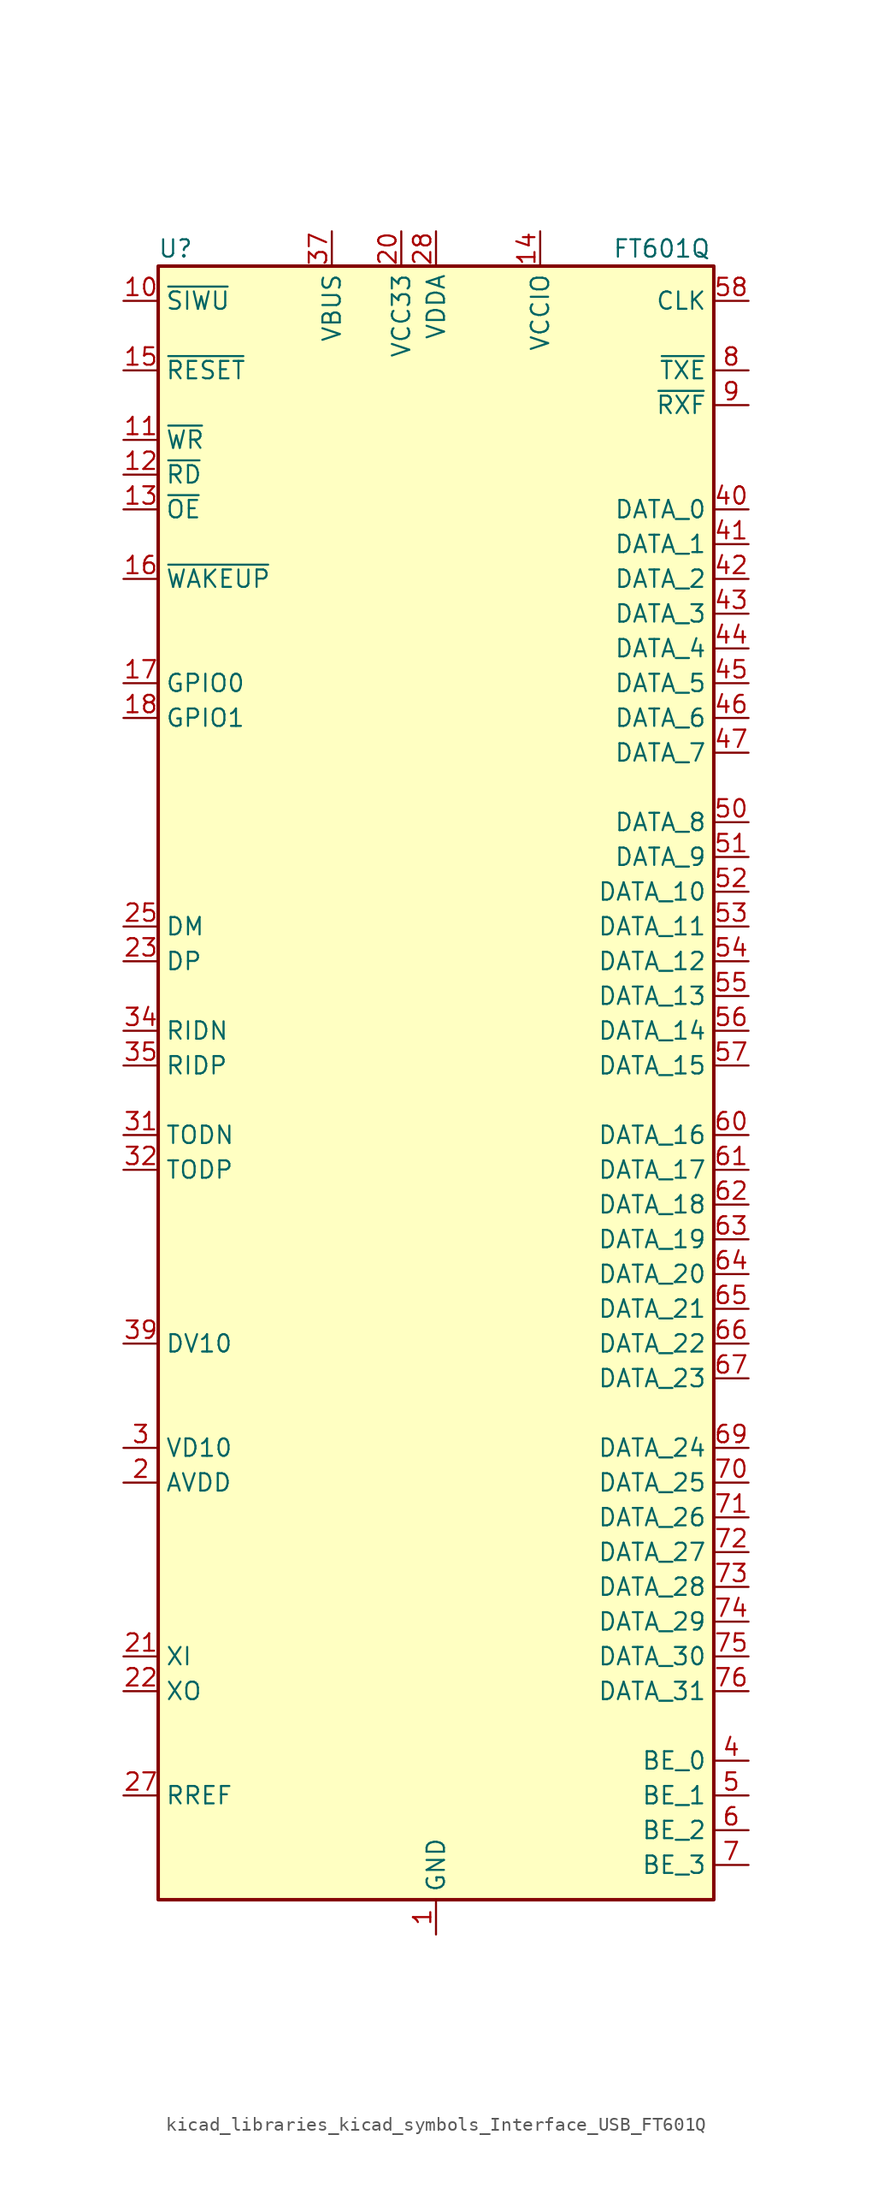
<source format=kicad_sym>
(kicad_symbol_lib
  (version 20220914)
  (generator kicad_symbol_editor)
  (symbol "kicad_libraries_kicad_symbols_Interface_USB_FT601Q"
    (property "Reference" "U"
      (at -19.05 62.23 0)
      (effects (font (size 1.27 1.27))))
    (property "Value" "FT601Q"
      (at 16.51 62.23 0)
      (effects (font (size 1.27 1.27))))
    (symbol "kicad_libraries_kicad_symbols_Interface_USB_FT601Q_0_1"
      (rectangle (start -20.32 60.96) (end 20.32 -58.42) (stroke (width 0.254) (type default)) (fill (type background))))
    (symbol "kicad_libraries_kicad_symbols_Interface_USB_FT601Q_1_1"
      (pin power_in line (at 0 -60.96 90) (length 2.54) (name "GND" (effects (font (size 1.27 1.27)))) (number "1" (effects (font (size 1.27 1.27)))))
      (pin input line (at -22.86 58.42 0) (length 2.54) (name "~{SIWU}" (effects (font (size 1.27 1.27)))) (number "10" (effects (font (size 1.27 1.27)))))
      (pin input line (at -22.86 48.26 0) (length 2.54) (name "~{WR}" (effects (font (size 1.27 1.27)))) (number "11" (effects (font (size 1.27 1.27)))))
      (pin input line (at -22.86 45.72 0) (length 2.54) (name "~{RD}" (effects (font (size 1.27 1.27)))) (number "12" (effects (font (size 1.27 1.27)))))
      (pin input line (at -22.86 43.18 0) (length 2.54) (name "~{OE}" (effects (font (size 1.27 1.27)))) (number "13" (effects (font (size 1.27 1.27)))))
      (pin power_in line (at 7.62 63.5 270) (length 2.54) (name "VCCIO" (effects (font (size 1.27 1.27)))) (number "14" (effects (font (size 1.27 1.27)))))
      (pin input line (at -22.86 53.34 0) (length 2.54) (name "~{RESET}" (effects (font (size 1.27 1.27)))) (number "15" (effects (font (size 1.27 1.27)))))
      (pin bidirectional line (at -22.86 38.1 0) (length 2.54) (name "~{WAKEUP}" (effects (font (size 1.27 1.27)))) (number "16" (effects (font (size 1.27 1.27)))))
      (pin bidirectional line (at -22.86 30.48 0) (length 2.54) (name "GPIO0" (effects (font (size 1.27 1.27)))) (number "17" (effects (font (size 1.27 1.27)))))
      (pin bidirectional line (at -22.86 27.94 0) (length 2.54) (name "GPIO1" (effects (font (size 1.27 1.27)))) (number "18" (effects (font (size 1.27 1.27)))))
      (pin no_connect line (at -20.32 -48.26 0) (length 2.54) hide (name "Reserved" (effects (font (size 1.27 1.27)))) (number "19" (effects (font (size 1.27 1.27)))))
      (pin power_in line (at -22.86 -27.94 0) (length 2.54) (name "AVDD" (effects (font (size 1.27 1.27)))) (number "2" (effects (font (size 1.27 1.27)))))
      (pin power_in line (at -2.54 63.5 270) (length 2.54) (name "VCC33" (effects (font (size 1.27 1.27)))) (number "20" (effects (font (size 1.27 1.27)))))
      (pin input line (at -22.86 -40.64 0) (length 2.54) (name "XI" (effects (font (size 1.27 1.27)))) (number "21" (effects (font (size 1.27 1.27)))))
      (pin output line (at -22.86 -43.18 0) (length 2.54) (name "XO" (effects (font (size 1.27 1.27)))) (number "22" (effects (font (size 1.27 1.27)))))
      (pin bidirectional line (at -22.86 10.16 0) (length 2.54) (name "DP" (effects (font (size 1.27 1.27)))) (number "23" (effects (font (size 1.27 1.27)))))
      (pin passive line (at -2.54 63.5 270) (length 2.54) hide (name "VCC33" (effects (font (size 1.27 1.27)))) (number "24" (effects (font (size 1.27 1.27)))))
      (pin bidirectional line (at -22.86 12.7 0) (length 2.54) (name "DM" (effects (font (size 1.27 1.27)))) (number "25" (effects (font (size 1.27 1.27)))))
      (pin passive line (at 0 -60.96 90) (length 2.54) hide (name "GND" (effects (font (size 1.27 1.27)))) (number "26" (effects (font (size 1.27 1.27)))))
      (pin input line (at -22.86 -50.8 0) (length 2.54) (name "RREF" (effects (font (size 1.27 1.27)))) (number "27" (effects (font (size 1.27 1.27)))))
      (pin power_in line (at 0 63.5 270) (length 2.54) (name "VDDA" (effects (font (size 1.27 1.27)))) (number "28" (effects (font (size 1.27 1.27)))))
      (pin passive line (at 0 -60.96 90) (length 2.54) hide (name "GND" (effects (font (size 1.27 1.27)))) (number "29" (effects (font (size 1.27 1.27)))))
      (pin power_in line (at -22.86 -25.4 0) (length 2.54) (name "VD10" (effects (font (size 1.27 1.27)))) (number "3" (effects (font (size 1.27 1.27)))))
      (pin passive line (at -22.86 -25.4 0) (length 2.54) hide (name "VD10" (effects (font (size 1.27 1.27)))) (number "30" (effects (font (size 1.27 1.27)))))
      (pin output line (at -22.86 -2.54 0) (length 2.54) (name "TODN" (effects (font (size 1.27 1.27)))) (number "31" (effects (font (size 1.27 1.27)))))
      (pin output line (at -22.86 -5.08 0) (length 2.54) (name "TODP" (effects (font (size 1.27 1.27)))) (number "32" (effects (font (size 1.27 1.27)))))
      (pin passive line (at -22.86 -25.4 0) (length 2.54) hide (name "VD10" (effects (font (size 1.27 1.27)))) (number "33" (effects (font (size 1.27 1.27)))))
      (pin input line (at -22.86 5.08 0) (length 2.54) (name "RIDN" (effects (font (size 1.27 1.27)))) (number "34" (effects (font (size 1.27 1.27)))))
      (pin input line (at -22.86 2.54 0) (length 2.54) (name "RIDP" (effects (font (size 1.27 1.27)))) (number "35" (effects (font (size 1.27 1.27)))))
      (pin passive line (at 0 -60.96 90) (length 2.54) hide (name "GND" (effects (font (size 1.27 1.27)))) (number "36" (effects (font (size 1.27 1.27)))))
      (pin power_in line (at -7.62 63.5 270) (length 2.54) (name "VBUS" (effects (font (size 1.27 1.27)))) (number "37" (effects (font (size 1.27 1.27)))))
      (pin passive line (at -2.54 63.5 270) (length 2.54) hide (name "VCC33" (effects (font (size 1.27 1.27)))) (number "38" (effects (font (size 1.27 1.27)))))
      (pin power_out line (at -22.86 -17.78 0) (length 2.54) (name "DV10" (effects (font (size 1.27 1.27)))) (number "39" (effects (font (size 1.27 1.27)))))
      (pin bidirectional line (at 22.86 -48.26 180) (length 2.54) (name "BE_0" (effects (font (size 1.27 1.27)))) (number "4" (effects (font (size 1.27 1.27)))))
      (pin bidirectional line (at 22.86 43.18 180) (length 2.54) (name "DATA_0" (effects (font (size 1.27 1.27)))) (number "40" (effects (font (size 1.27 1.27)))))
      (pin bidirectional line (at 22.86 40.64 180) (length 2.54) (name "DATA_1" (effects (font (size 1.27 1.27)))) (number "41" (effects (font (size 1.27 1.27)))))
      (pin bidirectional line (at 22.86 38.1 180) (length 2.54) (name "DATA_2" (effects (font (size 1.27 1.27)))) (number "42" (effects (font (size 1.27 1.27)))))
      (pin bidirectional line (at 22.86 35.56 180) (length 2.54) (name "DATA_3" (effects (font (size 1.27 1.27)))) (number "43" (effects (font (size 1.27 1.27)))))
      (pin bidirectional line (at 22.86 33.02 180) (length 2.54) (name "DATA_4" (effects (font (size 1.27 1.27)))) (number "44" (effects (font (size 1.27 1.27)))))
      (pin bidirectional line (at 22.86 30.48 180) (length 2.54) (name "DATA_5" (effects (font (size 1.27 1.27)))) (number "45" (effects (font (size 1.27 1.27)))))
      (pin bidirectional line (at 22.86 27.94 180) (length 2.54) (name "DATA_6" (effects (font (size 1.27 1.27)))) (number "46" (effects (font (size 1.27 1.27)))))
      (pin bidirectional line (at 22.86 25.4 180) (length 2.54) (name "DATA_7" (effects (font (size 1.27 1.27)))) (number "47" (effects (font (size 1.27 1.27)))))
      (pin passive line (at -22.86 -25.4 0) (length 2.54) hide (name "VD10" (effects (font (size 1.27 1.27)))) (number "48" (effects (font (size 1.27 1.27)))))
      (pin passive line (at 7.62 63.5 270) (length 2.54) hide (name "VCCIO" (effects (font (size 1.27 1.27)))) (number "49" (effects (font (size 1.27 1.27)))))
      (pin bidirectional line (at 22.86 -50.8 180) (length 2.54) (name "BE_1" (effects (font (size 1.27 1.27)))) (number "5" (effects (font (size 1.27 1.27)))))
      (pin bidirectional line (at 22.86 20.32 180) (length 2.54) (name "DATA_8" (effects (font (size 1.27 1.27)))) (number "50" (effects (font (size 1.27 1.27)))))
      (pin bidirectional line (at 22.86 17.78 180) (length 2.54) (name "DATA_9" (effects (font (size 1.27 1.27)))) (number "51" (effects (font (size 1.27 1.27)))))
      (pin bidirectional line (at 22.86 15.24 180) (length 2.54) (name "DATA_10" (effects (font (size 1.27 1.27)))) (number "52" (effects (font (size 1.27 1.27)))))
      (pin bidirectional line (at 22.86 12.7 180) (length 2.54) (name "DATA_11" (effects (font (size 1.27 1.27)))) (number "53" (effects (font (size 1.27 1.27)))))
      (pin bidirectional line (at 22.86 10.16 180) (length 2.54) (name "DATA_12" (effects (font (size 1.27 1.27)))) (number "54" (effects (font (size 1.27 1.27)))))
      (pin bidirectional line (at 22.86 7.62 180) (length 2.54) (name "DATA_13" (effects (font (size 1.27 1.27)))) (number "55" (effects (font (size 1.27 1.27)))))
      (pin bidirectional line (at 22.86 5.08 180) (length 2.54) (name "DATA_14" (effects (font (size 1.27 1.27)))) (number "56" (effects (font (size 1.27 1.27)))))
      (pin bidirectional line (at 22.86 2.54 180) (length 2.54) (name "DATA_15" (effects (font (size 1.27 1.27)))) (number "57" (effects (font (size 1.27 1.27)))))
      (pin output line (at 22.86 58.42 180) (length 2.54) (name "CLK" (effects (font (size 1.27 1.27)))) (number "58" (effects (font (size 1.27 1.27)))))
      (pin passive line (at 7.62 63.5 270) (length 2.54) hide (name "VCCIO" (effects (font (size 1.27 1.27)))) (number "59" (effects (font (size 1.27 1.27)))))
      (pin bidirectional line (at 22.86 -53.34 180) (length 2.54) (name "BE_2" (effects (font (size 1.27 1.27)))) (number "6" (effects (font (size 1.27 1.27)))))
      (pin bidirectional line (at 22.86 -2.54 180) (length 2.54) (name "DATA_16" (effects (font (size 1.27 1.27)))) (number "60" (effects (font (size 1.27 1.27)))))
      (pin bidirectional line (at 22.86 -5.08 180) (length 2.54) (name "DATA_17" (effects (font (size 1.27 1.27)))) (number "61" (effects (font (size 1.27 1.27)))))
      (pin bidirectional line (at 22.86 -7.62 180) (length 2.54) (name "DATA_18" (effects (font (size 1.27 1.27)))) (number "62" (effects (font (size 1.27 1.27)))))
      (pin bidirectional line (at 22.86 -10.16 180) (length 2.54) (name "DATA_19" (effects (font (size 1.27 1.27)))) (number "63" (effects (font (size 1.27 1.27)))))
      (pin bidirectional line (at 22.86 -12.7 180) (length 2.54) (name "DATA_20" (effects (font (size 1.27 1.27)))) (number "64" (effects (font (size 1.27 1.27)))))
      (pin bidirectional line (at 22.86 -15.24 180) (length 2.54) (name "DATA_21" (effects (font (size 1.27 1.27)))) (number "65" (effects (font (size 1.27 1.27)))))
      (pin bidirectional line (at 22.86 -17.78 180) (length 2.54) (name "DATA_22" (effects (font (size 1.27 1.27)))) (number "66" (effects (font (size 1.27 1.27)))))
      (pin bidirectional line (at 22.86 -20.32 180) (length 2.54) (name "DATA_23" (effects (font (size 1.27 1.27)))) (number "67" (effects (font (size 1.27 1.27)))))
      (pin passive line (at 7.62 63.5 270) (length 2.54) hide (name "VCCIO" (effects (font (size 1.27 1.27)))) (number "68" (effects (font (size 1.27 1.27)))))
      (pin bidirectional line (at 22.86 -25.4 180) (length 2.54) (name "DATA_24" (effects (font (size 1.27 1.27)))) (number "69" (effects (font (size 1.27 1.27)))))
      (pin bidirectional line (at 22.86 -55.88 180) (length 2.54) (name "BE_3" (effects (font (size 1.27 1.27)))) (number "7" (effects (font (size 1.27 1.27)))))
      (pin bidirectional line (at 22.86 -27.94 180) (length 2.54) (name "DATA_25" (effects (font (size 1.27 1.27)))) (number "70" (effects (font (size 1.27 1.27)))))
      (pin bidirectional line (at 22.86 -30.48 180) (length 2.54) (name "DATA_26" (effects (font (size 1.27 1.27)))) (number "71" (effects (font (size 1.27 1.27)))))
      (pin bidirectional line (at 22.86 -33.02 180) (length 2.54) (name "DATA_27" (effects (font (size 1.27 1.27)))) (number "72" (effects (font (size 1.27 1.27)))))
      (pin bidirectional line (at 22.86 -35.56 180) (length 2.54) (name "DATA_28" (effects (font (size 1.27 1.27)))) (number "73" (effects (font (size 1.27 1.27)))))
      (pin bidirectional line (at 22.86 -38.1 180) (length 2.54) (name "DATA_29" (effects (font (size 1.27 1.27)))) (number "74" (effects (font (size 1.27 1.27)))))
      (pin bidirectional line (at 22.86 -40.64 180) (length 2.54) (name "DATA_30" (effects (font (size 1.27 1.27)))) (number "75" (effects (font (size 1.27 1.27)))))
      (pin bidirectional line (at 22.86 -43.18 180) (length 2.54) (name "DATA_31" (effects (font (size 1.27 1.27)))) (number "76" (effects (font (size 1.27 1.27)))))
      (pin passive line (at 0 -60.96 90) (length 2.54) hide (name "GND" (effects (font (size 1.27 1.27)))) (number "77" (effects (font (size 1.27 1.27)))))
      (pin output line (at 22.86 53.34 180) (length 2.54) (name "~{TXE}" (effects (font (size 1.27 1.27)))) (number "8" (effects (font (size 1.27 1.27)))))
      (pin output line (at 22.86 50.8 180) (length 2.54) (name "~{RXF}" (effects (font (size 1.27 1.27)))) (number "9" (effects (font (size 1.27 1.27))))))))
</source>
